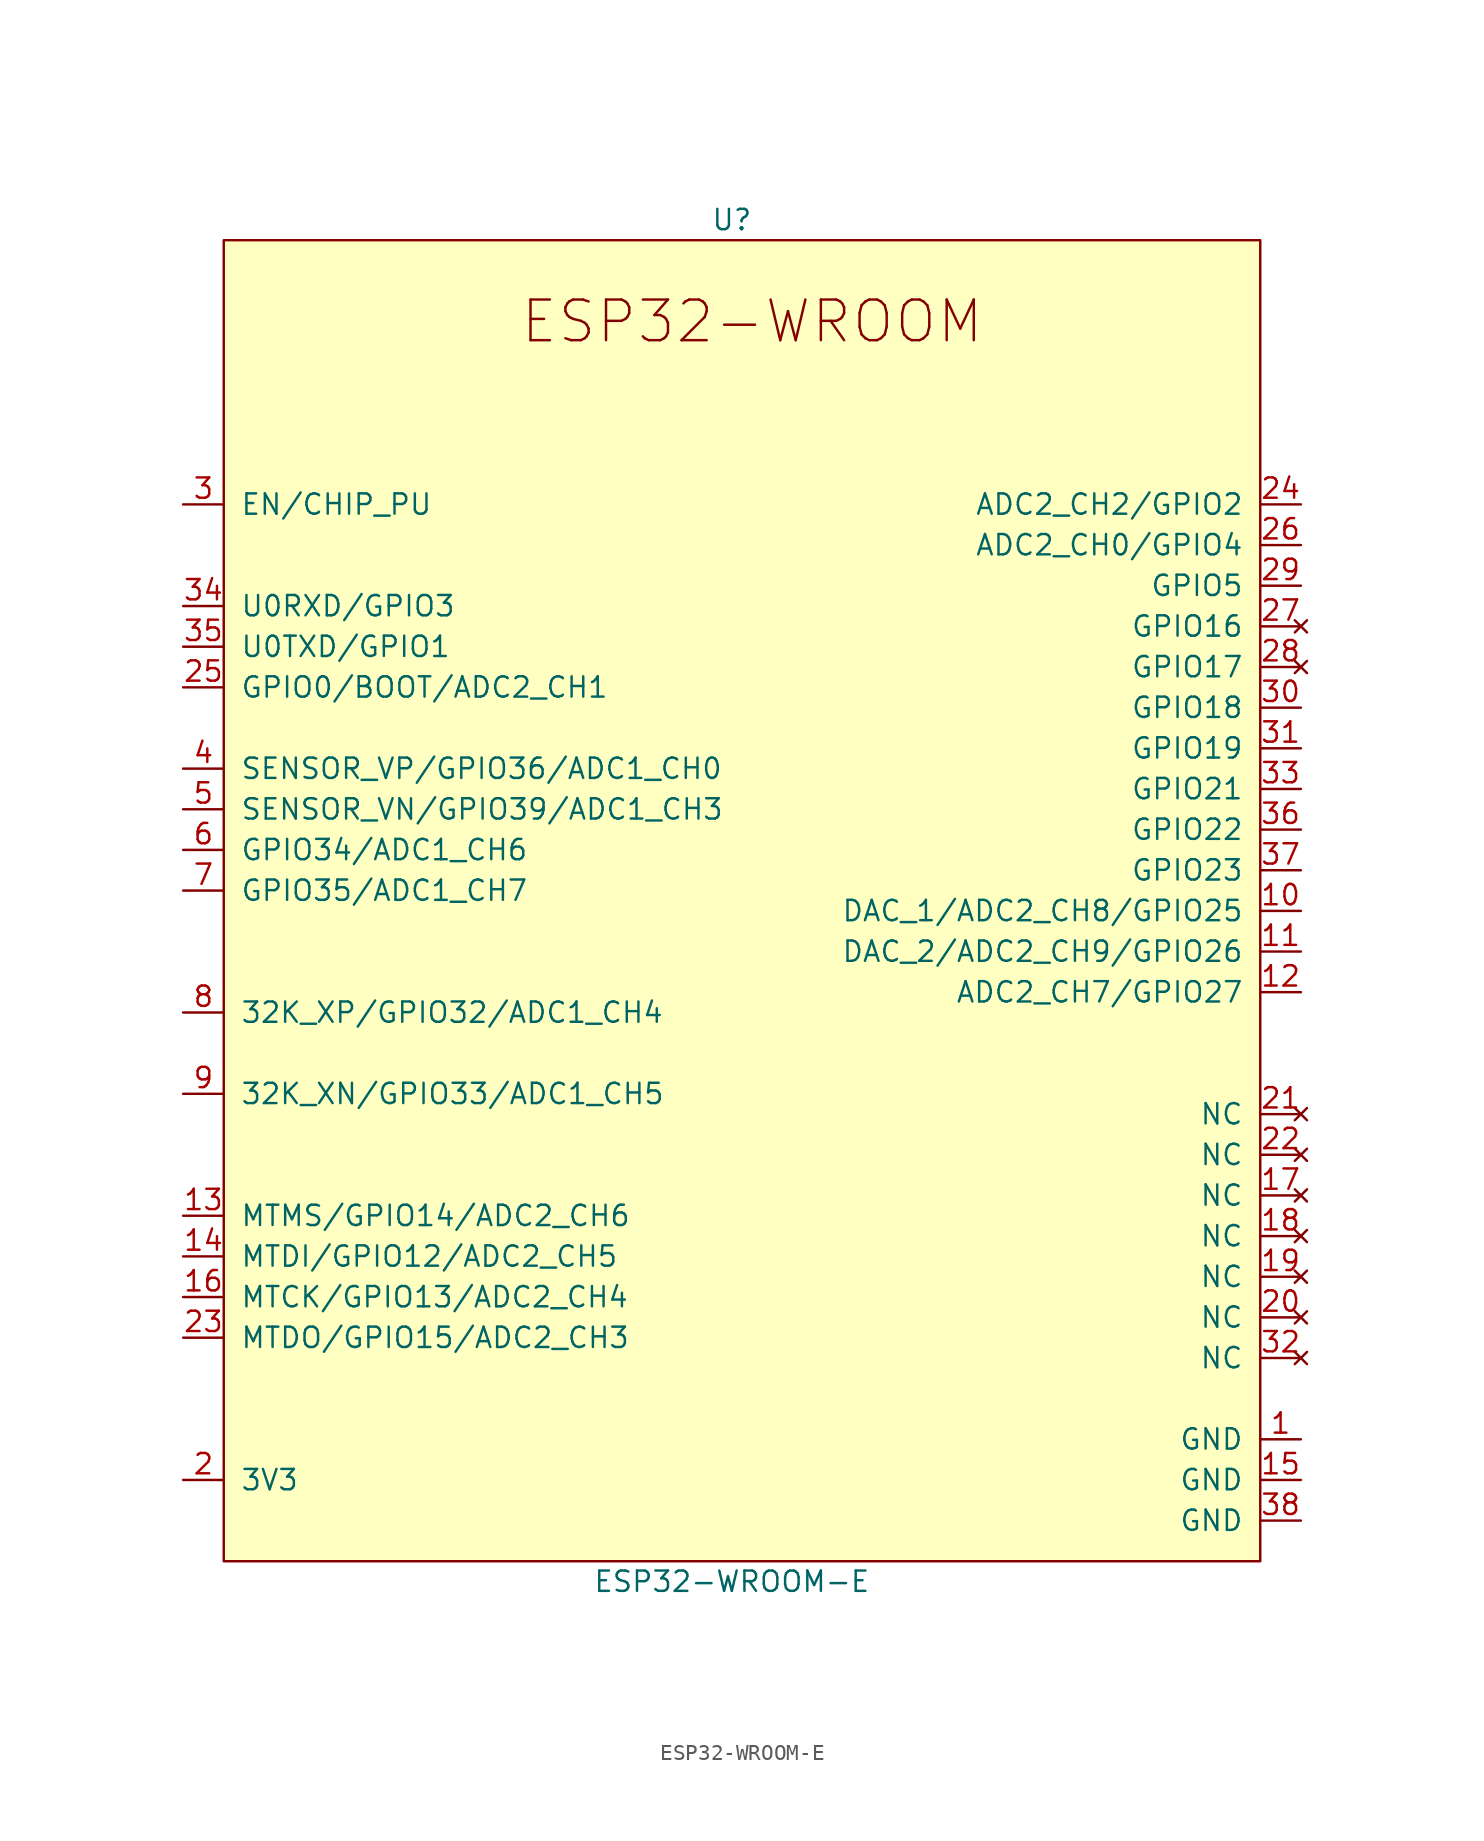
<source format=kicad_sym>
(kicad_symbol_lib
  (version 20211014)
  (generator kicad_symbol_editor)
  (symbol "ESP32-WROOM-E"
    (pin_names
      (offset 1.016))
    (property "Reference" "U"
      (at 0 43.18 0)
      (effects (font (size 1.27 1.27))))
    (property "Value" "ESP32-WROOM-E"
      (at 0 -41.91 0)
      (effects (font (size 1.27 1.27))))
    (symbol "ESP32-WROOM-E_0_1"
      (rectangle (start 33.02 41.91) (end -31.75 -40.64) (stroke (width 0) (type default) (color 0 0 0 0)) (fill (type background))))
    (symbol "ESP32-WROOM-E_1_1"
      (text "ESP32-­WROOM­" (at 1.27 36.83 0) (effects (font (size 2.54 2.54))))
      (pin power_in line (at 35.56 -33.02 180) (length 2.54) (name "GND" (effects (font (size 1.27 1.27)))) (number "1" (effects (font (size 1.27 1.27)))))
      (pin bidirectional line (at 35.56 0 180) (length 2.54) (name "DAC_1/ADC2_CH8/GPIO25" (effects (font (size 1.27 1.27)))) (number "10" (effects (font (size 1.27 1.27)))))
      (pin bidirectional line (at 35.56 -2.54 180) (length 2.54) (name "DAC_2/ADC2_CH9/GPIO26" (effects (font (size 1.27 1.27)))) (number "11" (effects (font (size 1.27 1.27)))))
      (pin bidirectional line (at 35.56 -5.08 180) (length 2.54) (name "ADC2_CH7/GPIO27" (effects (font (size 1.27 1.27)))) (number "12" (effects (font (size 1.27 1.27)))))
      (pin bidirectional line (at -34.29 -19.05 0) (length 2.54) (name "MTMS/GPIO14/ADC2_CH6" (effects (font (size 1.27 1.27)))) (number "13" (effects (font (size 1.27 1.27)))))
      (pin bidirectional line (at -34.29 -21.59 0) (length 2.54) (name "MTDI/GPIO12/ADC2_CH5" (effects (font (size 1.27 1.27)))) (number "14" (effects (font (size 1.27 1.27)))))
      (pin power_in line (at 35.56 -35.56 180) (length 2.54) (name "GND" (effects (font (size 1.27 1.27)))) (number "15" (effects (font (size 1.27 1.27)))))
      (pin bidirectional line (at -34.29 -24.13 0) (length 2.54) (name "MTCK/GPIO13/ADC2_CH4" (effects (font (size 1.27 1.27)))) (number "16" (effects (font (size 1.27 1.27)))))
      (pin no_connect line (at 35.56 -17.78 180) (length 2.54) (name "NC" (effects (font (size 1.27 1.27)))) (number "17" (effects (font (size 1.27 1.27)))))
      (pin no_connect line (at 35.56 -20.32 180) (length 2.54) (name "NC" (effects (font (size 1.27 1.27)))) (number "18" (effects (font (size 1.27 1.27)))))
      (pin no_connect line (at 35.56 -22.86 180) (length 2.54) (name "NC" (effects (font (size 1.27 1.27)))) (number "19" (effects (font (size 1.27 1.27)))))
      (pin power_in line (at -34.29 -35.56 0) (length 2.54) (name "3V3" (effects (font (size 1.27 1.27)))) (number "2" (effects (font (size 1.27 1.27)))))
      (pin no_connect line (at 35.56 -25.4 180) (length 2.54) (name "NC" (effects (font (size 1.27 1.27)))) (number "20" (effects (font (size 1.27 1.27)))))
      (pin no_connect line (at 35.56 -12.7 180) (length 2.54) (name "NC" (effects (font (size 1.27 1.27)))) (number "21" (effects (font (size 1.27 1.27)))))
      (pin no_connect line (at 35.56 -15.24 180) (length 2.54) (name "NC" (effects (font (size 1.27 1.27)))) (number "22" (effects (font (size 1.27 1.27)))))
      (pin bidirectional line (at -34.29 -26.67 0) (length 2.54) (name "MTDO/GPIO15/ADC2_CH3" (effects (font (size 1.27 1.27)))) (number "23" (effects (font (size 1.27 1.27)))))
      (pin bidirectional line (at 35.56 25.4 180) (length 2.54) (name "ADC2_CH2/GPIO2" (effects (font (size 1.27 1.27)))) (number "24" (effects (font (size 1.27 1.27)))))
      (pin bidirectional line (at -34.29 13.97 0) (length 2.54) (name "GPIO0/BOOT/ADC2_CH1" (effects (font (size 1.27 1.27)))) (number "25" (effects (font (size 1.27 1.27)))))
      (pin bidirectional line (at 35.56 22.86 180) (length 2.54) (name "ADC2_CH0/GPIO4" (effects (font (size 1.27 1.27)))) (number "26" (effects (font (size 1.27 1.27)))))
      (pin no_connect line (at 35.56 17.78 180) (length 2.54) (name "GPIO16" (effects (font (size 1.27 1.27)))) (number "27" (effects (font (size 1.27 1.27)))))
      (pin no_connect line (at 35.56 15.24 180) (length 2.54) (name "GPIO17" (effects (font (size 1.27 1.27)))) (number "28" (effects (font (size 1.27 1.27)))))
      (pin bidirectional line (at 35.56 20.32 180) (length 2.54) (name "GPIO5" (effects (font (size 1.27 1.27)))) (number "29" (effects (font (size 1.27 1.27)))))
      (pin input line (at -34.29 25.4 0) (length 2.54) (name "EN/CHIP_PU" (effects (font (size 1.27 1.27)))) (number "3" (effects (font (size 1.27 1.27)))))
      (pin bidirectional line (at 35.56 12.7 180) (length 2.54) (name "GPIO18" (effects (font (size 1.27 1.27)))) (number "30" (effects (font (size 1.27 1.27)))))
      (pin bidirectional line (at 35.56 10.16 180) (length 2.54) (name "GPIO19" (effects (font (size 1.27 1.27)))) (number "31" (effects (font (size 1.27 1.27)))))
      (pin no_connect line (at 35.56 -27.94 180) (length 2.54) (name "NC" (effects (font (size 1.27 1.27)))) (number "32" (effects (font (size 1.27 1.27)))))
      (pin bidirectional line (at 35.56 7.62 180) (length 2.54) (name "GPIO21" (effects (font (size 1.27 1.27)))) (number "33" (effects (font (size 1.27 1.27)))))
      (pin bidirectional line (at -34.29 19.05 0) (length 2.54) (name "U0RXD/GPIO3" (effects (font (size 1.27 1.27)))) (number "34" (effects (font (size 1.27 1.27)))))
      (pin bidirectional line (at -34.29 16.51 0) (length 2.54) (name "U0TXD/GPIO1" (effects (font (size 1.27 1.27)))) (number "35" (effects (font (size 1.27 1.27)))))
      (pin bidirectional line (at 35.56 5.08 180) (length 2.54) (name "GPIO22" (effects (font (size 1.27 1.27)))) (number "36" (effects (font (size 1.27 1.27)))))
      (pin bidirectional line (at 35.56 2.54 180) (length 2.54) (name "GPIO23" (effects (font (size 1.27 1.27)))) (number "37" (effects (font (size 1.27 1.27)))))
      (pin power_in line (at 35.56 -38.1 180) (length 2.54) (name "GND" (effects (font (size 1.27 1.27)))) (number "38" (effects (font (size 1.27 1.27)))))
      (pin input line (at -34.29 8.89 0) (length 2.54) (name "SENSOR_VP/GPIO36/ADC1_CH0" (effects (font (size 1.27 1.27)))) (number "4" (effects (font (size 1.27 1.27)))))
      (pin input line (at -34.29 6.35 0) (length 2.54) (name "SENSOR_VN/GPIO39/ADC1_CH3" (effects (font (size 1.27 1.27)))) (number "5" (effects (font (size 1.27 1.27)))))
      (pin input line (at -34.29 3.81 0) (length 2.54) (name "GPIO34/ADC1_CH6" (effects (font (size 1.27 1.27)))) (number "6" (effects (font (size 1.27 1.27)))))
      (pin input line (at -34.29 1.27 0) (length 2.54) (name "GPIO35/ADC1_CH7" (effects (font (size 1.27 1.27)))) (number "7" (effects (font (size 1.27 1.27)))))
      (pin bidirectional line (at -34.29 -6.35 0) (length 2.54) (name "32K_XP/GPIO32/ADC1_CH4" (effects (font (size 1.27 1.27)))) (number "8" (effects (font (size 1.27 1.27)))))
      (pin bidirectional line (at -34.29 -11.43 0) (length 2.54) (name "32K_XN/GPIO33/ADC1_CH5" (effects (font (size 1.27 1.27)))) (number "9" (effects (font (size 1.27 1.27))))))))
</source>
